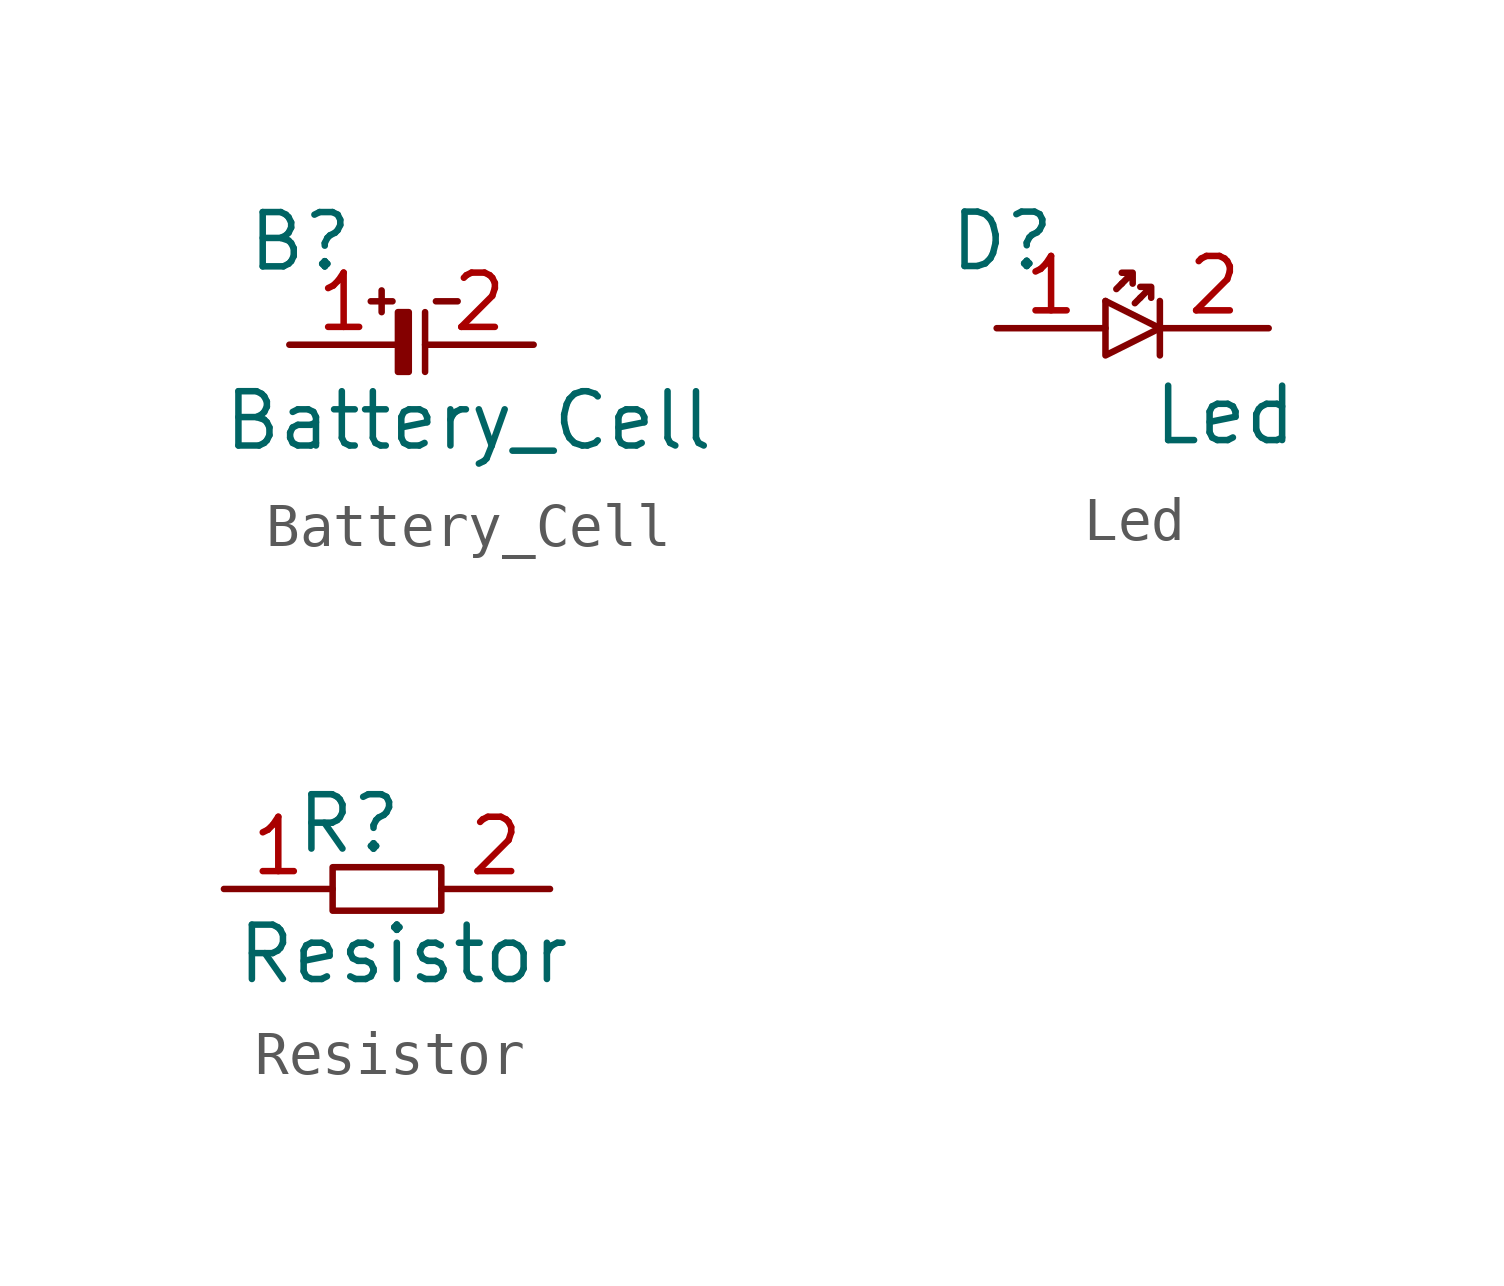
<source format=kicad_sym>
(kicad_symbol_lib
  (version 20211014)
  (generator kicad_symbol_editor)
  (symbol "Battery_Cell"
    (property "Reference" "B"
      (at -2.667 2.413 0)
      (effects (font (size 1.27 1.27))))
    (property "Value" "Battery_Cell"
      (at 1.27 -1.778 0)
      (effects (font (size 1.27 1.27))))
    (symbol "Battery_Cell_0_1"
      (rectangle (start -0.381 0.762) (end -0.127 -0.635) (stroke (width 0) (type default) (color 0 0 0 0)) (fill (type outline)))
      (polyline (pts (xy -1.016 1.016) (xy -0.508 1.016)) (stroke (width 0) (type default) (color 0 0 0 0)) (fill (type none)))
      (polyline (pts (xy -0.762 1.27) (xy -0.762 0.762)) (stroke (width 0) (type default) (color 0 0 0 0)) (fill (type none)))
      (polyline (pts (xy 0.254 0.762) (xy 0.254 -0.635)) (stroke (width 0) (type default) (color 0 0 0 0)) (fill (type none)))
      (polyline (pts (xy 0.508 1.016) (xy 1.016 1.016)) (stroke (width 0) (type default) (color 0 0 0 0)) (fill (type none))))
    (symbol "Battery_Cell_1_1"
      (pin passive line (at -2.921 0 0) (length 2.54) (name "" (effects (font (size 1.27 1.27)))) (number "1" (effects (font (size 1.27 1.27)))))
      (pin passive line (at 2.794 0 180) (length 2.54) (name "" (effects (font (size 1.27 1.27)))) (number "2" (effects (font (size 1.27 1.27)))))))
  (symbol "Led"
    (property "Reference" "D"
      (at -3.683 2.032 0)
      (effects (font (size 1.27 1.27))))
    (property "Value" "Led"
      (at 1.524 -2.032 0)
      (effects (font (size 1.27 1.27))))
    (symbol "Led_0_1"
      (polyline (pts (xy -1.27 0.635) (xy 0 0)) (stroke (width 0) (type default) (color 0 0 0 0)) (fill (type none)))
      (polyline (pts (xy -0.889 1.041) (xy -1.016 0.914)) (stroke (width 0) (type default) (color 0 0 0 0)) (fill (type none)))
      (polyline (pts (xy -0.457 0.711) (xy -0.584 0.584)) (stroke (width 0) (type default) (color 0 0 0 0)) (fill (type none)))
      (polyline (pts (xy 0 0.635) (xy 0 -0.635)) (stroke (width 0) (type default) (color 0 0 0 0)) (fill (type none)))
      (polyline (pts (xy -1.27 0.635) (xy -1.27 -0.635) (xy 0 0)) (stroke (width 0) (type default) (color 0 0 0 0)) (fill (type none)))
      (polyline (pts (xy -0.889 1.041) (xy -0.635 1.295) (xy -0.889 1.295) (xy -0.635 1.295) (xy -0.635 1.041)) (stroke (width 0) (type default) (color 0 0 0 0)) (fill (type none)))
      (polyline (pts (xy -0.457 0.711) (xy -0.203 0.965) (xy -0.457 0.965) (xy -0.203 0.965) (xy -0.203 0.711)) (stroke (width 0) (type default) (color 0 0 0 0)) (fill (type none))))
    (symbol "Led_1_1"
      (pin passive line (at -3.81 0 0) (length 2.54) (name "" (effects (font (size 1.27 1.27)))) (number "1" (effects (font (size 1.27 1.27)))))
      (pin passive line (at 2.54 0 180) (length 2.54) (name "" (effects (font (size 1.27 1.27)))) (number "2" (effects (font (size 1.27 1.27)))))))
  (symbol "Resistor"
    (property "Reference" "R"
      (at -0.889 1.524 0)
      (effects (font (size 1.27 1.27))))
    (property "Value" "Resistor"
      (at 0.381 -1.524 0)
      (effects (font (size 1.27 1.27))))
    (symbol "Resistor_0_1"
      (rectangle (start -1.27 0.508) (end 1.27 -0.508) (stroke (width 0) (type default) (color 0 0 0 0)) (fill (type none))))
    (symbol "Resistor_1_1"
      (pin passive line (at -3.81 0 0) (length 2.54) (name "" (effects (font (size 1.27 1.27)))) (number "1" (effects (font (size 1.27 1.27)))))
      (pin passive line (at 3.81 0 180) (length 2.54) (name "" (effects (font (size 1.27 1.27)))) (number "2" (effects (font (size 1.27 1.27))))))))
</source>
